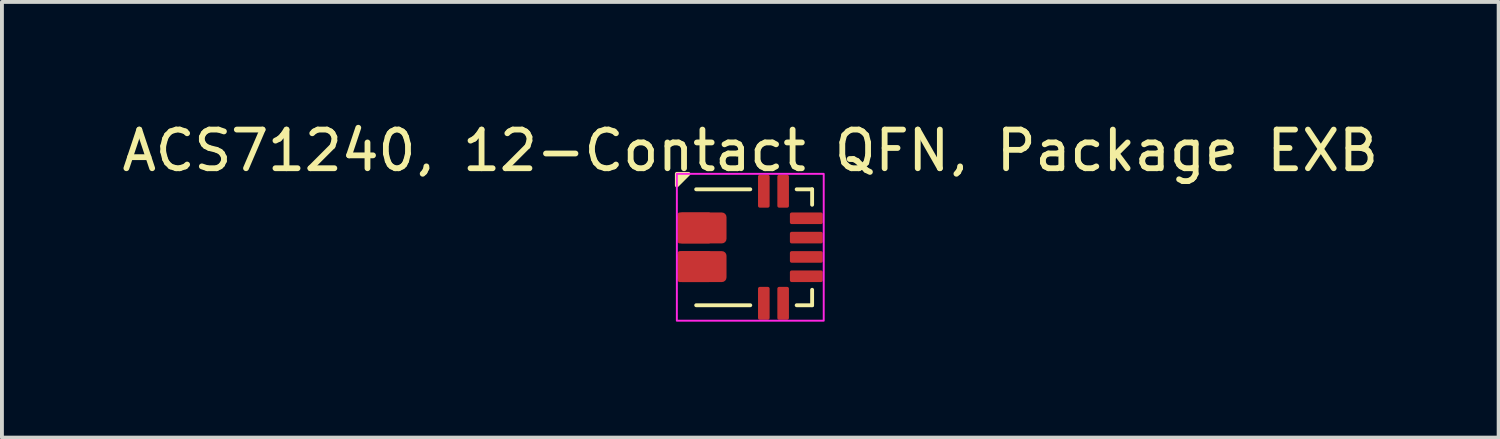
<source format=kicad_pcb>
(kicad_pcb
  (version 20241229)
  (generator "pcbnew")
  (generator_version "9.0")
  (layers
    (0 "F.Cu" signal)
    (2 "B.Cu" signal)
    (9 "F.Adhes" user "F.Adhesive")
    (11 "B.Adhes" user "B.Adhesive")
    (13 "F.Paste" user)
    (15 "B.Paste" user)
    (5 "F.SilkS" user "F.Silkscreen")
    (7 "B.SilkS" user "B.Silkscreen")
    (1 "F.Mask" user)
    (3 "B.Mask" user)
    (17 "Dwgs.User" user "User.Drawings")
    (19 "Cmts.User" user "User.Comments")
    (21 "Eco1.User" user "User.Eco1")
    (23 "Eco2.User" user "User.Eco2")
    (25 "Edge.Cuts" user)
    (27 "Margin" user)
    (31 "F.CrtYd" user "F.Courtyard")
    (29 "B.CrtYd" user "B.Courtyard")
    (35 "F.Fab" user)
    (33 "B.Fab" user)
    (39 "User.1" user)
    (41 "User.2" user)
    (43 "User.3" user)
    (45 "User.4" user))
  (footprint "ACS71240, 12-Contact QFN, Package EXB"
    (layer "F.Cu")
    (at 14.963 1.848)
    (property "Reference" "ACS71240, 12-Contact QFN, Package EXB" (at 1.4 -1 0) (unlocked yes) (layer "F.SilkS") (effects (font (size 1 1) (thickness 0.15))))
    (attr smd)
    (fp_line (start 0 3) (end 1.4 3) (stroke (width 0.1) (type default)) (layer "F.SilkS"))
    (fp_line (start 1.4 0) (end 0 0) (stroke (width 0.1) (type default)) (layer "F.SilkS"))
    (fp_line (start 2.6 0) (end 3 0) (stroke (width 0.1) (type default)) (layer "F.SilkS"))
    (fp_line (start 2.6 3) (end 3 3) (stroke (width 0.1) (type default)) (layer "F.SilkS"))
    (fp_line (start 3 0) (end 3 0.4) (stroke (width 0.1) (type default)) (layer "F.SilkS"))
    (fp_line (start 3 3) (end 3 2.6) (stroke (width 0.1) (type default)) (layer "F.SilkS"))
    (fp_poly (pts (xy -0.5 -0.4) (xy -0.5 -0.1) (xy -0.2 -0.4)) (stroke (width 0.1) (type solid)) (fill yes) (layer "F.SilkS"))
    (fp_rect (start -0.5 -0.4) (end 3.3 3.4) (stroke (width 0.05) (type solid)) (fill no) (layer "F.CrtYd"))
    (pad "1" smd roundrect (at -0.05 0.75) (size 0.85 0.3) (layers "F.Cu" "F.Mask" "F.Paste") (roundrect_rratio 0.15))
    (pad "1" smd roundrect (at 0.15 1) (size 1.27 0.8) (layers "F.Cu" "F.Mask" "F.Paste") (roundrect_rratio 0.15))
    (pad "2" smd roundrect (at -0.05 1.25) (size 0.85 0.3) (layers "F.Cu" "F.Mask" "F.Paste") (roundrect_rratio 0.15))
    (pad "3" smd roundrect (at -0.05 1.75) (size 0.85 0.3) (layers "F.Cu" "F.Mask" "F.Paste") (roundrect_rratio 0.15))
    (pad "3" smd roundrect (at 0.15 2) (size 1.27 0.8) (layers "F.Cu" "F.Mask" "F.Paste") (roundrect_rratio 0.15))
    (pad "4" smd roundrect (at -0.05 2.25) (size 0.85 0.3) (layers "F.Cu" "F.Mask" "F.Paste") (roundrect_rratio 0.15))
    (pad "5" smd roundrect (at 1.75 2.95 90) (size 0.85 0.3) (layers "F.Cu" "F.Mask" "F.Paste") (roundrect_rratio 0.15))
    (pad "6" smd roundrect (at 2.25 2.95 90) (size 0.85 0.3) (layers "F.Cu" "F.Mask" "F.Paste") (roundrect_rratio 0.15))
    (pad "7" smd roundrect (at 2.85 2.25 180) (size 0.85 0.3) (layers "F.Cu" "F.Mask" "F.Paste") (roundrect_rratio 0.15))
    (pad "8" smd roundrect (at 2.85 1.75 180) (size 0.85 0.3) (layers "F.Cu" "F.Mask" "F.Paste") (roundrect_rratio 0.15))
    (pad "9" smd roundrect (at 2.85 1.25 180) (size 0.85 0.3) (layers "F.Cu" "F.Mask" "F.Paste") (roundrect_rratio 0.15))
    (pad "10" smd roundrect (at 2.85 0.75 180) (size 0.85 0.3) (layers "F.Cu" "F.Mask" "F.Paste") (roundrect_rratio 0.15))
    (pad "11" smd roundrect (at 2.25 0.05 270) (size 0.85 0.3) (layers "F.Cu" "F.Mask" "F.Paste") (roundrect_rratio 0.15))
    (pad "12" smd roundrect (at 1.75 0.05 270) (size 0.85 0.3) (layers "F.Cu" "F.Mask" "F.Paste") (roundrect_rratio 0.15)))
  (gr_rect
    (start -3 -3)
    (end 35.726 8.273)
    (stroke (width 0.1) (type default))
    (fill no)
    (layer "Edge.Cuts")))
</source>
